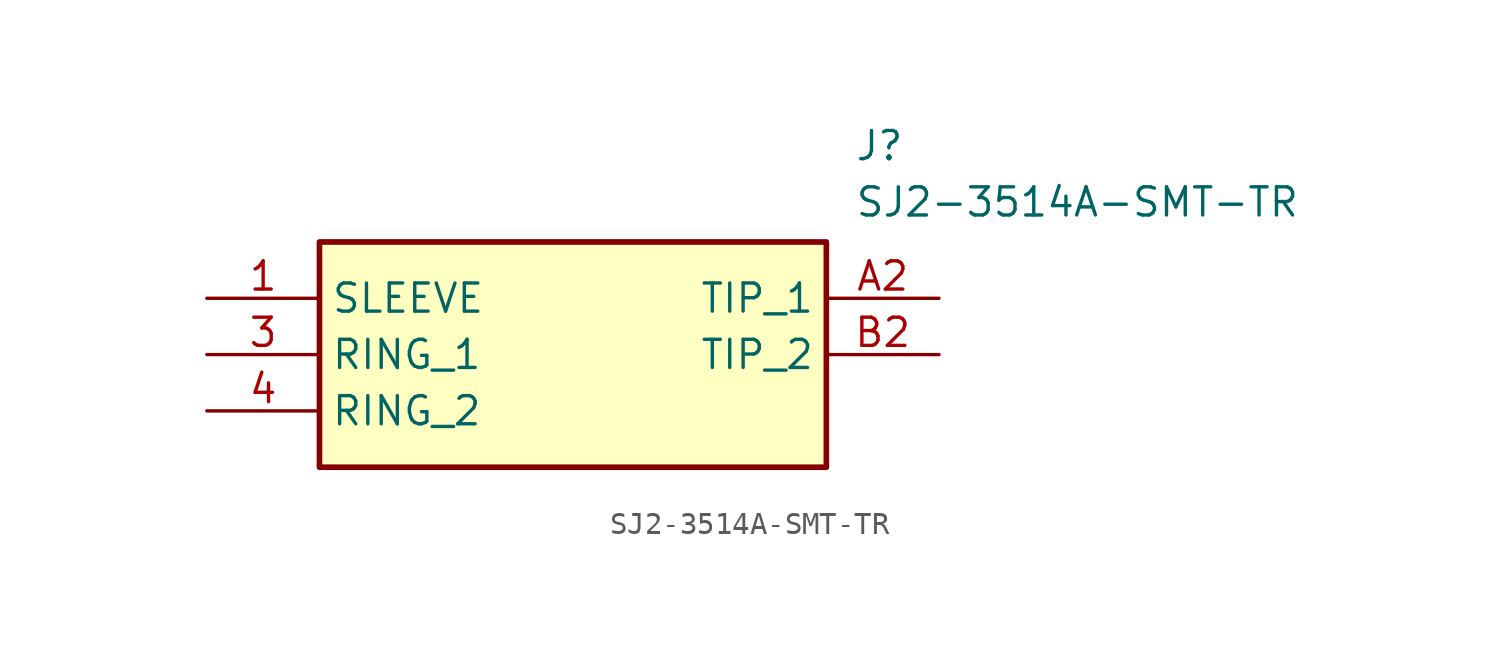
<source format=kicad_sym>
(kicad_symbol_lib
  (version 20211014)
  (generator SamacSys_ECAD_Model)
  (symbol "SJ2-3514A-SMT-TR"
    (property "Reference" "J"
      (at 29.21 7.62 0)
      (effects (font (size 1.27 1.27)) (justify left top)))
    (property "Value" "SJ2-3514A-SMT-TR"
      (at 29.21 5.08 0)
      (effects (font (size 1.27 1.27)) (justify left top)))
    (rectangle
      (start 5.08 2.54)
      (end 27.94 -7.62)
      (stroke (width 0.254) (type default))
      (fill (type background)))
    (pin passive line
      (at 0 0 0)
      (length 5.08)
      (name "SLEEVE" (effects (font (size 1.27 1.27))))
      (number "1" (effects (font (size 1.27 1.27)))))
    (pin passive line
      (at 0 -2.54 0)
      (length 5.08)
      (name "RING_1" (effects (font (size 1.27 1.27))))
      (number "3" (effects (font (size 1.27 1.27)))))
    (pin passive line
      (at 0 -5.08 0)
      (length 5.08)
      (name "RING_2" (effects (font (size 1.27 1.27))))
      (number "4" (effects (font (size 1.27 1.27)))))
    (pin passive line
      (at 33.02 0 180)
      (length 5.08)
      (name "TIP_1" (effects (font (size 1.27 1.27))))
      (number "A2" (effects (font (size 1.27 1.27)))))
    (pin passive line
      (at 33.02 -2.54 180)
      (length 5.08)
      (name "TIP_2" (effects (font (size 1.27 1.27))))
      (number "B2" (effects (font (size 1.27 1.27)))))))
</source>
